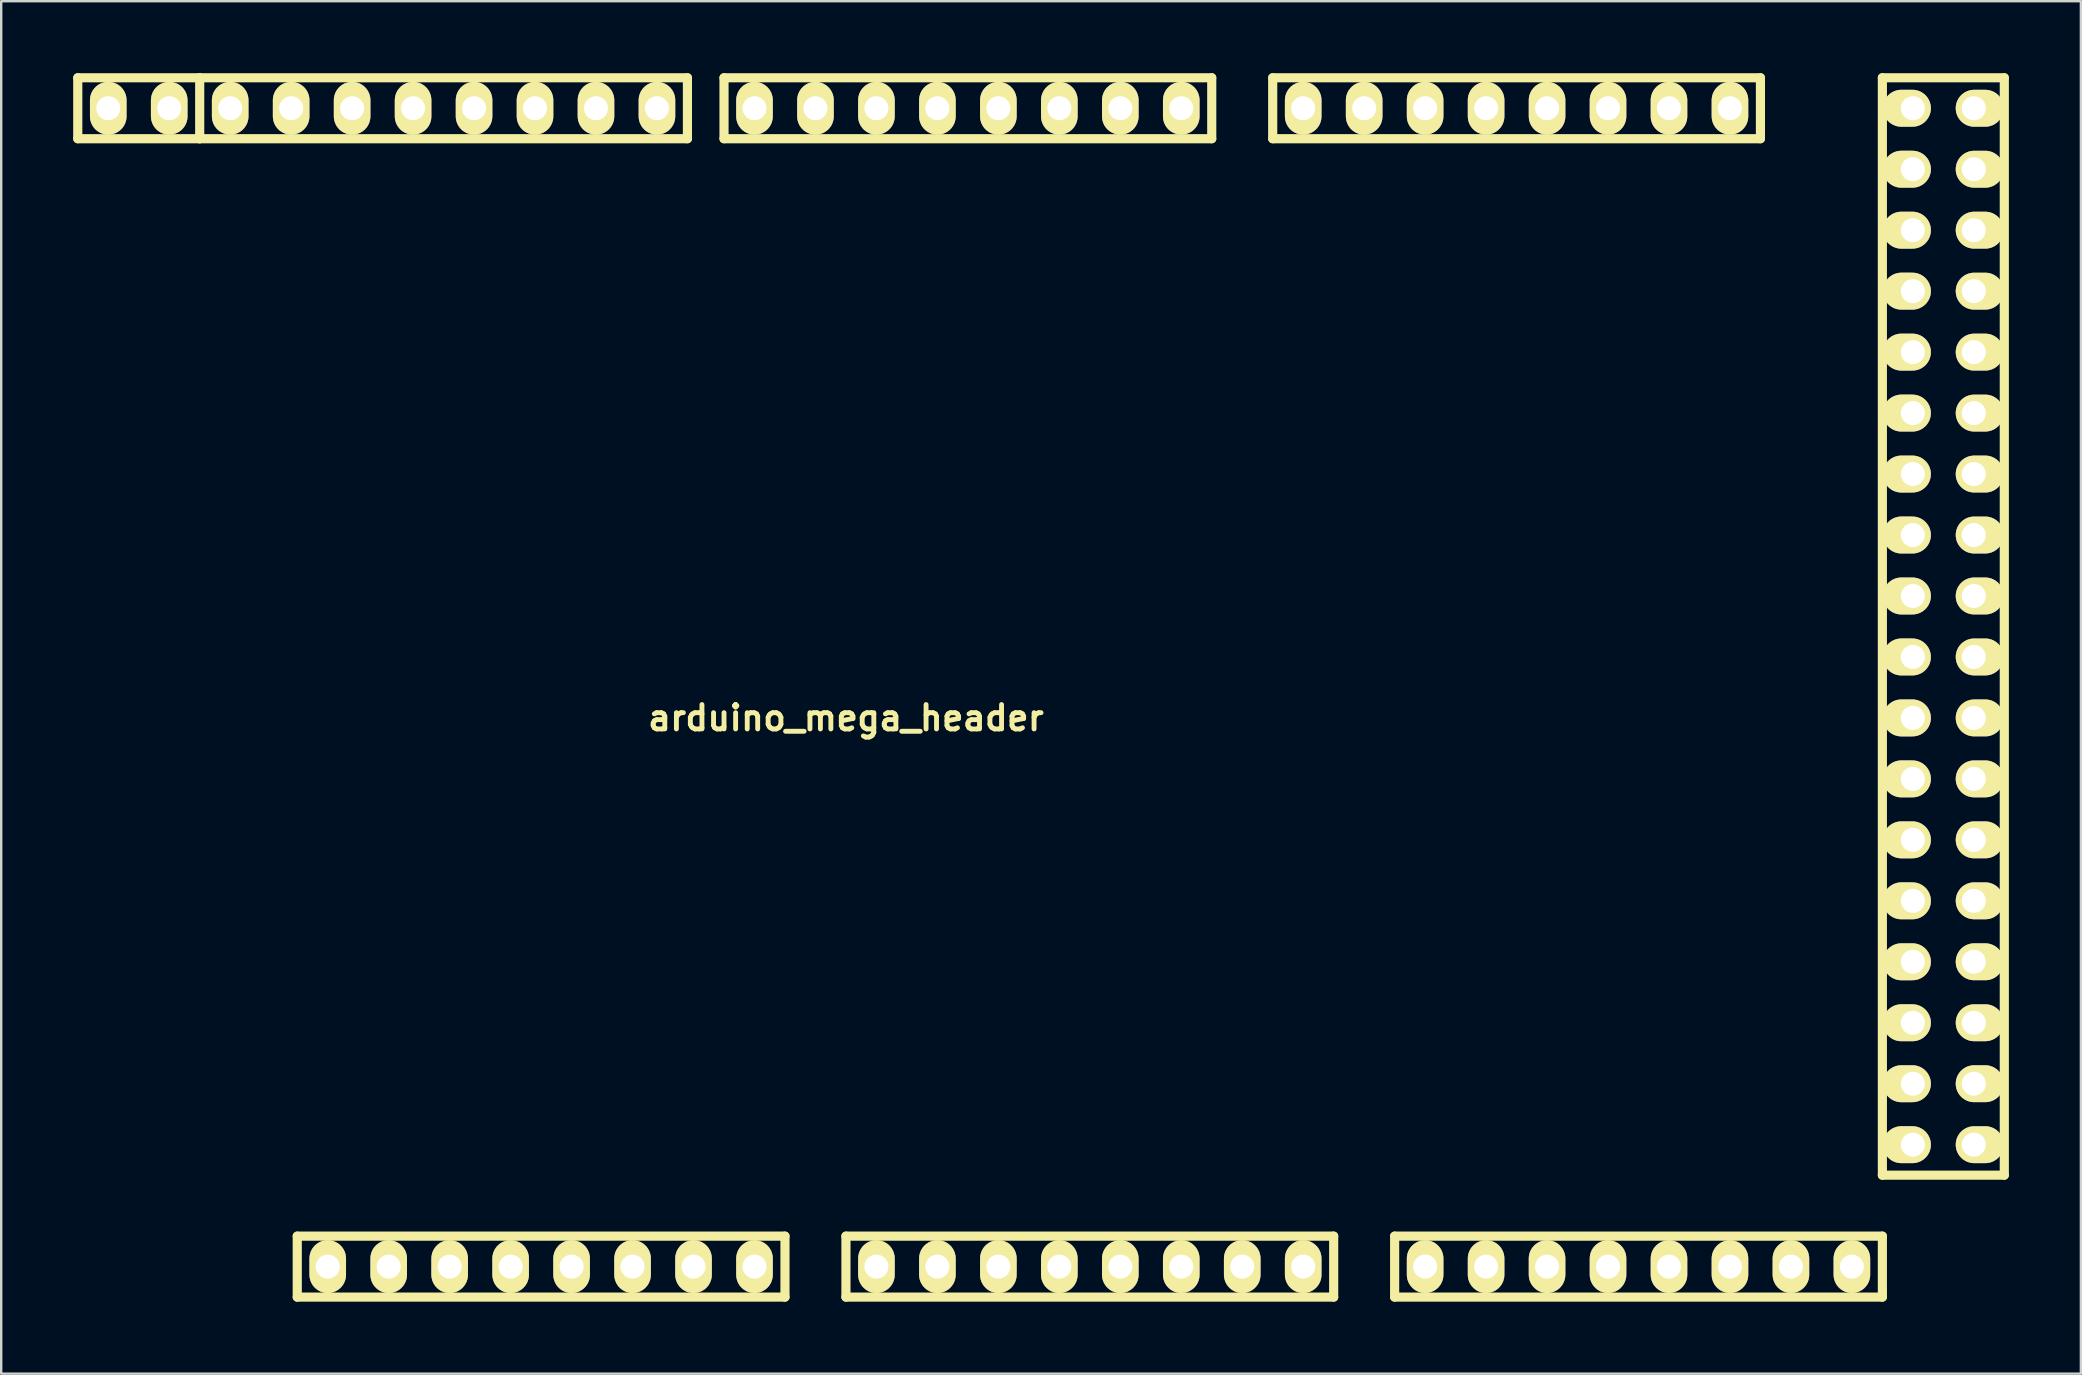
<source format=kicad_pcb>
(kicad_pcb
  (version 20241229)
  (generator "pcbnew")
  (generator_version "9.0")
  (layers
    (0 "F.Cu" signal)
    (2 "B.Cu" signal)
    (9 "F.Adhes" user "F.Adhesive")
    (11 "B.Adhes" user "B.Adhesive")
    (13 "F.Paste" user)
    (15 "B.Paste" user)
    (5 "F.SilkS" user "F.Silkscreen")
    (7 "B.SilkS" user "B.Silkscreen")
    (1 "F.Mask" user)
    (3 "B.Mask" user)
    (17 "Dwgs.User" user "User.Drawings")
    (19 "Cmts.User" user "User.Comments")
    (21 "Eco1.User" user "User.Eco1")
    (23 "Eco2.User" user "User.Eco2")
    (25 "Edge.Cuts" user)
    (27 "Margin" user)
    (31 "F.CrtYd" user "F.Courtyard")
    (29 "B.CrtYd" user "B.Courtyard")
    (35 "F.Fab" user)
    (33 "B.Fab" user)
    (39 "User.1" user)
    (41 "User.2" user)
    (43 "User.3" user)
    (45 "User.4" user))
  (footprint "arduino_mega_header"
    (layer "F.Cu")
    (at 32.194 25.59)
    (property "Reference" "arduino_mega_header" (at 0 1.27 0) (layer "F.SilkS") (effects (font (size 1.016 1.016) (thickness 0.203))))
    (attr through_hole)
    (fp_line (start -32.004 -25.4) (end -32.004 -22.86) (stroke (width 0.381) (type solid)) (layer "F.SilkS"))
    (fp_line (start -32.004 -22.86) (end -26.924 -22.86) (stroke (width 0.381) (type solid)) (layer "F.SilkS"))
    (fp_line (start -26.924 -25.4) (end -32.004 -25.4) (stroke (width 0.381) (type solid)) (layer "F.SilkS"))
    (fp_line (start -26.924 -22.86) (end -26.924 -25.4) (stroke (width 0.381) (type solid)) (layer "F.SilkS"))
    (fp_line (start -22.86 25.4) (end -22.86 22.86) (stroke (width 0.381) (type solid)) (layer "F.SilkS"))
    (fp_line (start -22.86 25.4) (end -2.54 25.4) (stroke (width 0.381) (type solid)) (layer "F.SilkS"))
    (fp_line (start -6.604 -25.4) (end -26.924 -25.4) (stroke (width 0.381) (type solid)) (layer "F.SilkS"))
    (fp_line (start -6.604 -22.86) (end -26.924 -22.86) (stroke (width 0.381) (type solid)) (layer "F.SilkS"))
    (fp_line (start -6.604 -22.86) (end -6.604 -25.4) (stroke (width 0.381) (type solid)) (layer "F.SilkS"))
    (fp_line (start -5.08 -25.4) (end 15.24 -25.4) (stroke (width 0.381) (type solid)) (layer "F.SilkS"))
    (fp_line (start -5.08 -22.86) (end -5.08 -25.4) (stroke (width 0.381) (type solid)) (layer "F.SilkS"))
    (fp_line (start -2.54 22.86) (end -22.86 22.86) (stroke (width 0.381) (type solid)) (layer "F.SilkS"))
    (fp_line (start -2.54 22.86) (end -2.54 25.4) (stroke (width 0.381) (type solid)) (layer "F.SilkS"))
    (fp_line (start 0 22.86) (end 0 25.4) (stroke (width 0.381) (type solid)) (layer "F.SilkS"))
    (fp_line (start 0 25.4) (end 20.32 25.4) (stroke (width 0.381) (type solid)) (layer "F.SilkS"))
    (fp_line (start 15.24 -25.4) (end 15.24 -22.86) (stroke (width 0.381) (type solid)) (layer "F.SilkS"))
    (fp_line (start 15.24 -22.86) (end -5.08 -22.86) (stroke (width 0.381) (type solid)) (layer "F.SilkS"))
    (fp_line (start 17.78 -25.4) (end 17.78 -22.86) (stroke (width 0.381) (type solid)) (layer "F.SilkS"))
    (fp_line (start 17.78 -22.86) (end 38.1 -22.86) (stroke (width 0.381) (type solid)) (layer "F.SilkS"))
    (fp_line (start 20.32 22.86) (end 0 22.86) (stroke (width 0.381) (type solid)) (layer "F.SilkS"))
    (fp_line (start 20.32 25.4) (end 20.32 22.86) (stroke (width 0.381) (type solid)) (layer "F.SilkS"))
    (fp_line (start 22.86 22.86) (end 43.18 22.86) (stroke (width 0.381) (type solid)) (layer "F.SilkS"))
    (fp_line (start 22.86 25.4) (end 22.86 22.86) (stroke (width 0.381) (type solid)) (layer "F.SilkS"))
    (fp_line (start 38.1 -25.4) (end 17.78 -25.4) (stroke (width 0.381) (type solid)) (layer "F.SilkS"))
    (fp_line (start 38.1 -22.86) (end 38.1 -25.4) (stroke (width 0.381) (type solid)) (layer "F.SilkS"))
    (fp_line (start 43.18 -25.4) (end 43.18 20.32) (stroke (width 0.381) (type solid)) (layer "F.SilkS"))
    (fp_line (start 43.18 20.32) (end 48.26 20.32) (stroke (width 0.381) (type solid)) (layer "F.SilkS"))
    (fp_line (start 43.18 22.86) (end 43.18 25.4) (stroke (width 0.381) (type solid)) (layer "F.SilkS"))
    (fp_line (start 43.18 25.4) (end 22.86 25.4) (stroke (width 0.381) (type solid)) (layer "F.SilkS"))
    (fp_line (start 48.26 -25.4) (end 43.18 -25.4) (stroke (width 0.381) (type solid)) (layer "F.SilkS"))
    (fp_line (start 48.26 20.32) (end 48.26 -25.4) (stroke (width 0.381) (type solid)) (layer "F.SilkS"))
    (pad "1" thru_hole oval (at -21.59 24.13) (size 1.524 2.2) (drill 1.001) (layers "*.Cu" "*.Mask" "F.SilkS"))
    (pad "2" thru_hole oval (at -19.05 24.13) (size 1.524 2.2) (drill 1.001) (layers "*.Cu" "*.Mask" "F.SilkS"))
    (pad "3" thru_hole oval (at -16.51 24.13) (size 1.524 2.2) (drill 1.001) (layers "*.Cu" "*.Mask" "F.SilkS"))
    (pad "4" thru_hole oval (at -13.97 24.13) (size 1.524 2.2) (drill 1.001) (layers "*.Cu" "*.Mask" "F.SilkS"))
    (pad "5" thru_hole oval (at -11.43 24.13) (size 1.524 2.2) (drill 1.001) (layers "*.Cu" "*.Mask" "F.SilkS"))
    (pad "6" thru_hole oval (at -8.89 24.13) (size 1.524 2.2) (drill 1.001) (layers "*.Cu" "*.Mask" "F.SilkS"))
    (pad "7" thru_hole oval (at -6.35 24.13) (size 1.524 2.2) (drill 1.001) (layers "*.Cu" "*.Mask" "F.SilkS"))
    (pad "8" thru_hole oval (at -3.81 24.13) (size 1.524 2.2) (drill 1.001) (layers "*.Cu" "*.Mask" "F.SilkS"))
    (pad "9" thru_hole oval (at 1.27 24.13) (size 1.524 2.2) (drill 1.001) (layers "*.Cu" "*.Mask" "F.SilkS"))
    (pad "10" thru_hole oval (at 3.81 24.13) (size 1.524 2.2) (drill 1.001) (layers "*.Cu" "*.Mask" "F.SilkS"))
    (pad "11" thru_hole oval (at 6.35 24.13) (size 1.524 2.2) (drill 1.001) (layers "*.Cu" "*.Mask" "F.SilkS"))
    (pad "12" thru_hole oval (at 8.89 24.13) (size 1.524 2.2) (drill 1.001) (layers "*.Cu" "*.Mask" "F.SilkS"))
    (pad "13" thru_hole oval (at 11.43 24.13) (size 1.524 2.2) (drill 1.001) (layers "*.Cu" "*.Mask" "F.SilkS"))
    (pad "14" thru_hole oval (at 13.97 24.13) (size 1.524 2.2) (drill 1.001) (layers "*.Cu" "*.Mask" "F.SilkS"))
    (pad "15" thru_hole oval (at 16.51 24.13) (size 1.524 2.2) (drill 1.001) (layers "*.Cu" "*.Mask" "F.SilkS"))
    (pad "16" thru_hole oval (at 19.05 24.13) (size 1.524 2.2) (drill 1.001) (layers "*.Cu" "*.Mask" "F.SilkS"))
    (pad "17" thru_hole oval (at 24.13 24.13) (size 1.524 2.2) (drill 1.001) (layers "*.Cu" "*.Mask" "F.SilkS"))
    (pad "18" thru_hole oval (at 26.67 24.13) (size 1.524 2.2) (drill 1.001) (layers "*.Cu" "*.Mask" "F.SilkS"))
    (pad "19" thru_hole oval (at 29.21 24.13) (size 1.524 2.2) (drill 1.001) (layers "*.Cu" "*.Mask" "F.SilkS"))
    (pad "20" thru_hole oval (at 31.75 24.13) (size 1.524 2.197) (drill 1.001) (layers "*.Cu" "*.Mask" "F.SilkS"))
    (pad "21" thru_hole oval (at 34.29 24.13) (size 1.524 2.197) (drill 1.001) (layers "*.Cu" "*.Mask" "F.SilkS"))
    (pad "22" thru_hole oval (at 36.83 24.13) (size 1.524 2.197) (drill 1.001) (layers "*.Cu" "*.Mask" "F.SilkS"))
    (pad "23" thru_hole oval (at 39.37 24.13) (size 1.524 2.197) (drill 1.001) (layers "*.Cu" "*.Mask" "F.SilkS"))
    (pad "24" thru_hole oval (at 41.91 24.13) (size 1.524 2.197) (drill 1.001) (layers "*.Cu" "*.Mask" "F.SilkS"))
    (pad "25" thru_hole oval (at 44.45 19.05) (size 1.999 1.539) (drill 1.001 (offset -0.249 0)) (layers "*.Cu" "*.Mask" "F.SilkS"))
    (pad "26" thru_hole oval (at 44.45 16.51) (size 1.999 1.539) (drill 1.001 (offset -0.249 0)) (layers "*.Cu" "*.Mask" "F.SilkS"))
    (pad "27" thru_hole oval (at 44.45 13.97) (size 1.999 1.539) (drill 1.001 (offset -0.249 0)) (layers "*.Cu" "*.Mask" "F.SilkS"))
    (pad "28" thru_hole oval (at 44.45 11.43) (size 1.999 1.539) (drill 1.001 (offset -0.249 0)) (layers "*.Cu" "*.Mask" "F.SilkS"))
    (pad "29" thru_hole oval (at 44.45 8.89) (size 1.999 1.539) (drill 1.001 (offset -0.249 0)) (layers "*.Cu" "*.Mask" "F.SilkS"))
    (pad "30" thru_hole oval (at 44.45 6.35) (size 1.999 1.539) (drill 1.001 (offset -0.249 0)) (layers "*.Cu" "*.Mask" "F.SilkS"))
    (pad "31" thru_hole oval (at 44.45 3.81) (size 1.999 1.539) (drill 1.001 (offset -0.249 0)) (layers "*.Cu" "*.Mask" "F.SilkS"))
    (pad "32" thru_hole oval (at 44.45 1.27) (size 1.999 1.539) (drill 1.001 (offset -0.249 0)) (layers "*.Cu" "*.Mask" "F.SilkS"))
    (pad "33" thru_hole oval (at 44.45 -1.27) (size 1.999 1.539) (drill 1.001 (offset -0.249 0)) (layers "*.Cu" "*.Mask" "F.SilkS"))
    (pad "34" thru_hole oval (at 44.45 -3.81) (size 1.999 1.539) (drill 1.001 (offset -0.249 0)) (layers "*.Cu" "*.Mask" "F.SilkS"))
    (pad "35" thru_hole oval (at 44.45 -6.35) (size 1.999 1.539) (drill 1.001 (offset -0.249 0)) (layers "*.Cu" "*.Mask" "F.SilkS"))
    (pad "36" thru_hole oval (at 44.45 -8.89) (size 1.999 1.539) (drill 1.001 (offset -0.249 0)) (layers "*.Cu" "*.Mask" "F.SilkS"))
    (pad "37" thru_hole oval (at 44.45 -11.43) (size 1.999 1.539) (drill 1.001 (offset -0.249 0)) (layers "*.Cu" "*.Mask" "F.SilkS"))
    (pad "38" thru_hole oval (at 44.45 -13.97) (size 1.999 1.539) (drill 1.001 (offset -0.249 0)) (layers "*.Cu" "*.Mask" "F.SilkS"))
    (pad "39" thru_hole oval (at 44.45 -16.51) (size 1.999 1.539) (drill 1.001 (offset -0.249 0)) (layers "*.Cu" "*.Mask" "F.SilkS"))
    (pad "40" thru_hole oval (at 44.45 -19.05) (size 1.999 1.539) (drill 1.001 (offset -0.249 0)) (layers "*.Cu" "*.Mask" "F.SilkS"))
    (pad "41" thru_hole oval (at 44.45 -21.59) (size 1.999 1.539) (drill 1.001 (offset -0.249 0)) (layers "*.Cu" "*.Mask" "F.SilkS"))
    (pad "42" thru_hole oval (at 44.45 -24.13) (size 1.999 1.539) (drill 1.001 (offset -0.249 0)) (layers "*.Cu" "*.Mask" "F.SilkS"))
    (pad "43" thru_hole oval (at 46.99 19.05) (size 1.999 1.537) (drill 1.001 (offset 0.246 0)) (layers "*.Cu" "*.Mask" "F.SilkS"))
    (pad "44" thru_hole oval (at 46.99 16.51) (size 1.999 1.537) (drill 1.001 (offset 0.246 0)) (layers "*.Cu" "*.Mask" "F.SilkS"))
    (pad "45" thru_hole oval (at 46.99 13.97) (size 1.999 1.537) (drill 1.001 (offset 0.246 0)) (layers "*.Cu" "*.Mask" "F.SilkS"))
    (pad "46" thru_hole oval (at 46.99 11.43) (size 1.999 1.537) (drill 1.001 (offset 0.246 0)) (layers "*.Cu" "*.Mask" "F.SilkS"))
    (pad "47" thru_hole oval (at 46.99 8.89) (size 1.999 1.537) (drill 1.001 (offset 0.246 0)) (layers "*.Cu" "*.Mask" "F.SilkS"))
    (pad "48" thru_hole oval (at 46.99 6.35) (size 1.999 1.537) (drill 1.001 (offset 0.246 0)) (layers "*.Cu" "*.Mask" "F.SilkS"))
    (pad "49" thru_hole oval (at 46.99 3.81) (size 1.999 1.537) (drill 1.001 (offset 0.246 0)) (layers "*.Cu" "*.Mask" "F.SilkS"))
    (pad "50" thru_hole oval (at 46.99 1.27) (size 1.999 1.537) (drill 1.001 (offset 0.246 0)) (layers "*.Cu" "*.Mask" "F.SilkS"))
    (pad "51" thru_hole oval (at 46.99 -1.27) (size 1.999 1.537) (drill 1.001 (offset 0.246 0)) (layers "*.Cu" "*.Mask" "F.SilkS"))
    (pad "52" thru_hole oval (at 46.99 -3.81) (size 1.999 1.537) (drill 1.001 (offset 0.246 0)) (layers "*.Cu" "*.Mask" "F.SilkS"))
    (pad "53" thru_hole oval (at 46.99 -6.35) (size 1.999 1.537) (drill 1.001 (offset 0.246 0)) (layers "*.Cu" "*.Mask" "F.SilkS"))
    (pad "54" thru_hole oval (at 46.99 -8.89) (size 1.999 1.537) (drill 1.001 (offset 0.246 0)) (layers "*.Cu" "*.Mask" "F.SilkS"))
    (pad "55" thru_hole oval (at 46.99 -11.43) (size 1.999 1.537) (drill 1.001 (offset 0.246 0)) (layers "*.Cu" "*.Mask" "F.SilkS"))
    (pad "56" thru_hole oval (at 46.99 -13.97) (size 1.999 1.537) (drill 1.001 (offset 0.246 0)) (layers "*.Cu" "*.Mask" "F.SilkS"))
    (pad "57" thru_hole oval (at 46.99 -16.51) (size 1.999 1.537) (drill 1.001 (offset 0.246 0)) (layers "*.Cu" "*.Mask" "F.SilkS"))
    (pad "58" thru_hole oval (at 46.99 -19.05) (size 1.999 1.537) (drill 1.001 (offset 0.246 0)) (layers "*.Cu" "*.Mask" "F.SilkS"))
    (pad "59" thru_hole oval (at 46.99 -21.59) (size 1.999 1.537) (drill 1.001 (offset 0.246 0)) (layers "*.Cu" "*.Mask" "F.SilkS"))
    (pad "60" thru_hole oval (at 46.99 -24.13) (size 1.999 1.537) (drill 1.001 (offset 0.246 0)) (layers "*.Cu" "*.Mask" "F.SilkS"))
    (pad "61" thru_hole oval (at 36.83 -24.13) (size 1.524 2.197) (drill 1.001) (layers "*.Cu" "*.Mask" "F.SilkS"))
    (pad "62" thru_hole oval (at 34.29 -24.13) (size 1.524 2.197) (drill 1.001) (layers "*.Cu" "*.Mask" "F.SilkS"))
    (pad "63" thru_hole oval (at 31.75 -24.13) (size 1.524 2.197) (drill 1.001) (layers "*.Cu" "*.Mask" "F.SilkS"))
    (pad "64" thru_hole oval (at 29.21 -24.13) (size 1.524 2.197) (drill 1.001) (layers "*.Cu" "*.Mask" "F.SilkS"))
    (pad "65" thru_hole oval (at 26.67 -24.13) (size 1.524 2.197) (drill 1.001) (layers "*.Cu" "*.Mask" "F.SilkS"))
    (pad "66" thru_hole oval (at 24.13 -24.13) (size 1.524 2.197) (drill 1.001) (layers "*.Cu" "*.Mask" "F.SilkS"))
    (pad "67" thru_hole oval (at 21.59 -24.13) (size 1.524 2.197) (drill 1.001) (layers "*.Cu" "*.Mask" "F.SilkS"))
    (pad "68" thru_hole oval (at 19.05 -24.13) (size 1.524 2.197) (drill 1.001) (layers "*.Cu" "*.Mask" "F.SilkS"))
    (pad "69" thru_hole oval (at 13.97 -24.13) (size 1.524 2.197) (drill 1.001) (layers "*.Cu" "*.Mask" "F.SilkS"))
    (pad "70" thru_hole oval (at 11.43 -24.13) (size 1.524 2.197) (drill 1.001) (layers "*.Cu" "*.Mask" "F.SilkS"))
    (pad "71" thru_hole oval (at 8.89 -24.13) (size 1.524 2.197) (drill 1.001) (layers "*.Cu" "*.Mask" "F.SilkS"))
    (pad "72" thru_hole oval (at 6.35 -24.13) (size 1.524 2.197) (drill 1.001) (layers "*.Cu" "*.Mask" "F.SilkS"))
    (pad "73" thru_hole oval (at 3.81 -24.13) (size 1.524 2.197) (drill 1.001) (layers "*.Cu" "*.Mask" "F.SilkS"))
    (pad "74" thru_hole oval (at 1.27 -24.13) (size 1.524 2.197) (drill 1.001) (layers "*.Cu" "*.Mask" "F.SilkS"))
    (pad "75" thru_hole oval (at -1.27 -24.13) (size 1.524 2.197) (drill 1.001) (layers "*.Cu" "*.Mask" "F.SilkS"))
    (pad "76" thru_hole oval (at -3.81 -24.13) (size 1.524 2.197) (drill 1.001) (layers "*.Cu" "*.Mask" "F.SilkS"))
    (pad "77" thru_hole oval (at -7.874 -24.13) (size 1.524 2.197) (drill 1.001) (layers "*.Cu" "*.Mask" "F.SilkS"))
    (pad "78" thru_hole oval (at -10.414 -24.13) (size 1.524 2.197) (drill 1.001) (layers "*.Cu" "*.Mask" "F.SilkS"))
    (pad "79" thru_hole oval (at -12.954 -24.13) (size 1.524 2.197) (drill 1.001) (layers "*.Cu" "*.Mask" "F.SilkS"))
    (pad "80" thru_hole oval (at -15.494 -24.13) (size 1.524 2.197) (drill 1.001) (layers "*.Cu" "*.Mask" "F.SilkS"))
    (pad "81" thru_hole oval (at -18.034 -24.13) (size 1.524 2.197) (drill 1.001) (layers "*.Cu" "*.Mask" "F.SilkS"))
    (pad "82" thru_hole oval (at -20.574 -24.13) (size 1.524 2.197) (drill 1.001) (layers "*.Cu" "*.Mask" "F.SilkS"))
    (pad "83" thru_hole oval (at -23.114 -24.13) (size 1.524 2.197) (drill 1.001) (layers "*.Cu" "*.Mask" "F.SilkS"))
    (pad "84" thru_hole oval (at -25.654 -24.13) (size 1.524 2.197) (drill 1.001) (layers "*.Cu" "*.Mask" "F.SilkS"))
    (pad "85" thru_hole oval (at -28.194 -24.13) (size 1.524 2.197) (drill 1.001) (layers "*.Cu" "*.Mask" "F.SilkS"))
    (pad "86" thru_hole oval (at -30.734 -24.13) (size 1.524 2.197) (drill 1.001) (layers "*.Cu" "*.Mask" "F.SilkS")))
  (gr_rect
    (start -3 -3)
    (end 83.645 54.181)
    (stroke (width 0.1) (type default))
    (fill no)
    (layer "Edge.Cuts")))
</source>
